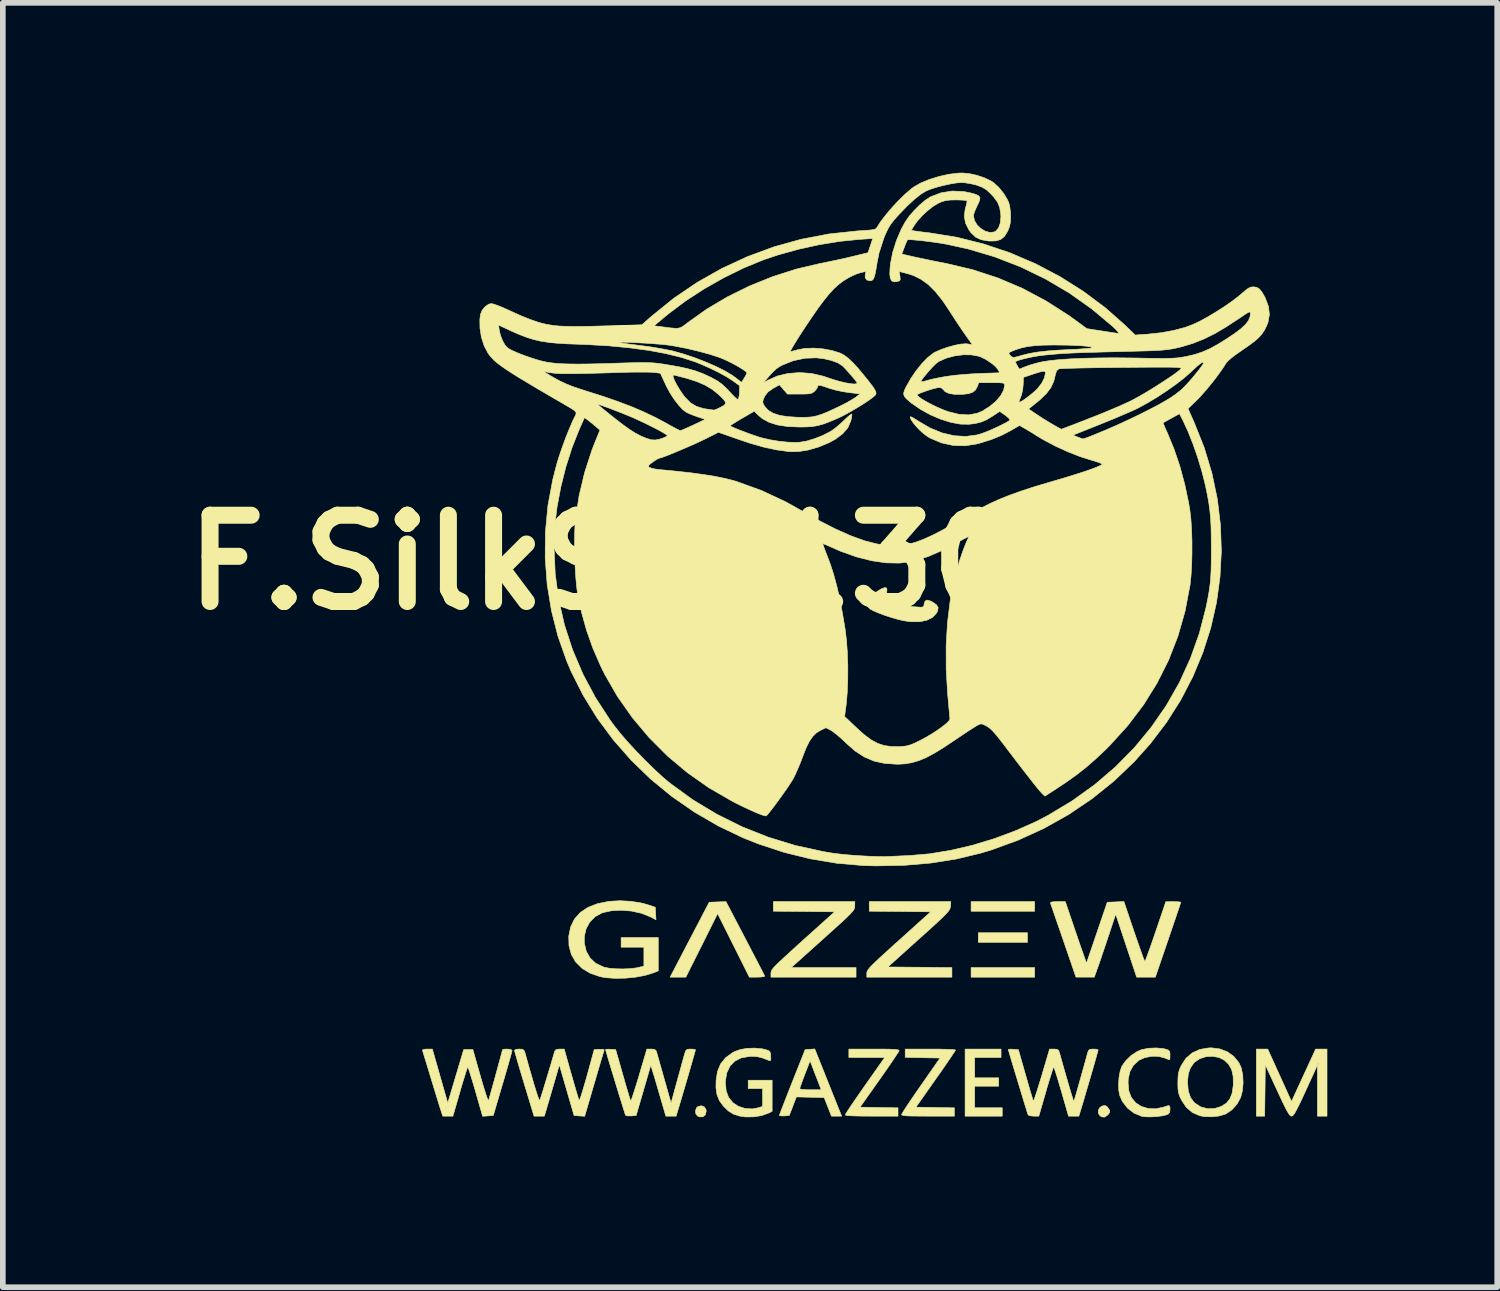
<source format=kicad_pcb>
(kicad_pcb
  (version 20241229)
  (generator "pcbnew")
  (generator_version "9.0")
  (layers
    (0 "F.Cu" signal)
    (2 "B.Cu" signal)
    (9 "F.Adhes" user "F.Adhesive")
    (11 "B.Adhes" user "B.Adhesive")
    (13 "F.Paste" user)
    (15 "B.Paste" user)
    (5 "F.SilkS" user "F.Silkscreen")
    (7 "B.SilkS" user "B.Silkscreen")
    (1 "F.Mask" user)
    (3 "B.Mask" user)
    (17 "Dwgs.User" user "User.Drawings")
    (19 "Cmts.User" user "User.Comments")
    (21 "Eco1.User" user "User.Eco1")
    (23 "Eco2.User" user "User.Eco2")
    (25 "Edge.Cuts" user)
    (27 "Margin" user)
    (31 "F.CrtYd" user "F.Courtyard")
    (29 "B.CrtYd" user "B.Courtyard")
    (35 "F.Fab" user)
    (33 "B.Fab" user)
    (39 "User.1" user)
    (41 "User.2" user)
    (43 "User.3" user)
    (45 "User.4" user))
  (footprint "F.SilkS_g13032"
    (layer "F.Cu")
    (at 9.042 6.884)
    (property "Reference" "F.SilkS_g13032" (at 0 0 0) (layer "F.SilkS") (effects (font (size 1.524 1.524) (thickness 0.3))))
    (attr through_hole)
    (fp_poly (pts (xy 6.054 6.71) (xy 5.186 6.71) (xy 5.186 6.54) (xy 6.054 6.54) (xy 6.054 6.71)) (stroke (width 0.01) (type solid)) (fill yes) (layer "F.SilkS"))
    (fp_poly (pts (xy 6.181 6.16) (xy 5.059 6.16) (xy 5.059 5.99) (xy 6.181 5.99) (xy 6.181 6.16)) (stroke (width 0.01) (type solid)) (fill yes) (layer "F.SilkS"))
    (fp_poly (pts (xy 6.181 7.324) (xy 5.059 7.324) (xy 5.059 7.154) (xy 6.181 7.154) (xy 6.181 7.324)) (stroke (width 0.01) (type solid)) (fill yes) (layer "F.SilkS"))
    (fp_poly (pts (xy 0.348 9.616) (xy 0.378 9.665) (xy 0.381 9.693) (xy 0.365 9.756) (xy 0.322 9.79) (xy 0.263 9.792) (xy 0.228 9.777) (xy 0.197 9.738) (xy 0.191 9.684) (xy 0.209 9.632) (xy 0.236 9.608) (xy 0.297 9.595) (xy 0.348 9.616)) (stroke (width 0.01) (type solid)) (fill yes) (layer "F.SilkS"))
    (fp_poly (pts (xy 5.588 8.742) (xy 5.122 8.742) (xy 5.122 9.102) (xy 5.546 9.102) (xy 5.546 9.25) (xy 5.122 9.25) (xy 5.122 9.631) (xy 5.609 9.631) (xy 5.609 9.779) (xy 4.953 9.779) (xy 4.953 8.594) (xy 5.588 8.594) (xy 5.588 8.742)) (stroke (width 0.01) (type solid)) (fill yes) (layer "F.SilkS"))
    (fp_poly (pts (xy 7.456 9.607) (xy 7.474 9.628) (xy 7.507 9.676) (xy 7.508 9.712) (xy 7.478 9.751) (xy 7.472 9.758) (xy 7.42 9.795) (xy 7.371 9.793) (xy 7.336 9.773) (xy 7.306 9.728) (xy 7.306 9.674) (xy 7.334 9.625) (xy 7.374 9.6) (xy 7.422 9.59) (xy 7.456 9.607)) (stroke (width 0.01) (type solid)) (fill yes) (layer "F.SilkS"))
    (fp_poly (pts (xy 1.069 6.639) (xy 1.149 6.792) (xy 1.222 6.933) (xy 1.287 7.057) (xy 1.341 7.161) (xy 1.382 7.241) (xy 1.407 7.29) (xy 1.415 7.306) (xy 1.399 7.315) (xy 1.352 7.321) (xy 1.282 7.324) (xy 1.143 7.324) (xy 0.582 6.202) (xy 0.302 6.763) (xy 0.021 7.324) (xy -0.257 7.324) (xy -0.039 6.906) (xy 0.034 6.765) (xy 0.111 6.619) (xy 0.184 6.478) (xy 0.25 6.353) (xy 0.302 6.254) (xy 0.306 6.244) (xy 0.434 6.001) (xy 0.582 5.995) (xy 0.73 5.99) (xy 1.069 6.639)) (stroke (width 0.01) (type solid)) (fill yes) (layer "F.SilkS"))
    (fp_poly (pts (xy 3.004 6.07) (xy 3.003 6.091) (xy 2.997 6.113) (xy 2.984 6.138) (xy 2.96 6.169) (xy 2.924 6.209) (xy 2.87 6.262) (xy 2.798 6.331) (xy 2.702 6.418) (xy 2.581 6.527) (xy 2.443 6.652) (xy 1.883 7.154) (xy 3.027 7.154) (xy 3.027 7.324) (xy 1.524 7.324) (xy 1.524 7.253) (xy 1.526 7.233) (xy 1.533 7.211) (xy 1.549 7.184) (xy 1.577 7.15) (xy 1.62 7.105) (xy 1.68 7.047) (xy 1.762 6.971) (xy 1.867 6.875) (xy 1.999 6.755) (xy 2.086 6.676) (xy 2.649 6.17) (xy 2.108 6.164) (xy 1.566 6.159) (xy 1.566 5.99) (xy 3.006 5.99) (xy 3.004 6.07)) (stroke (width 0.01) (type solid)) (fill yes) (layer "F.SilkS"))
    (fp_poly (pts (xy 4.695 6.072) (xy 4.692 6.095) (xy 4.684 6.118) (xy 4.669 6.145) (xy 4.643 6.178) (xy 4.604 6.22) (xy 4.548 6.276) (xy 4.471 6.348) (xy 4.372 6.439) (xy 4.246 6.553) (xy 4.139 6.649) (xy 3.589 7.144) (xy 4.155 7.149) (xy 4.72 7.155) (xy 4.72 7.324) (xy 3.217 7.324) (xy 3.217 7.255) (xy 3.219 7.235) (xy 3.227 7.213) (xy 3.245 7.186) (xy 3.274 7.15) (xy 3.318 7.104) (xy 3.381 7.043) (xy 3.464 6.965) (xy 3.572 6.867) (xy 3.707 6.744) (xy 3.781 6.678) (xy 4.345 6.17) (xy 3.802 6.164) (xy 3.26 6.159) (xy 3.26 5.99) (xy 4.701 5.99) (xy 4.695 6.072)) (stroke (width 0.01) (type solid)) (fill yes) (layer "F.SilkS"))
    (fp_poly (pts (xy 3.5 8.594) (xy 3.617 8.596) (xy 3.7 8.6) (xy 3.754 8.605) (xy 3.781 8.612) (xy 3.788 8.62) (xy 3.776 8.644) (xy 3.742 8.697) (xy 3.69 8.775) (xy 3.623 8.874) (xy 3.543 8.989) (xy 3.455 9.115) (xy 3.442 9.133) (xy 3.098 9.62) (xy 3.768 9.632) (xy 3.768 9.779) (xy 3.302 9.779) (xy 3.129 9.778) (xy 2.996 9.775) (xy 2.904 9.771) (xy 2.851 9.764) (xy 2.836 9.756) (xy 2.848 9.734) (xy 2.881 9.681) (xy 2.933 9.603) (xy 3 9.505) (xy 3.079 9.39) (xy 3.167 9.264) (xy 3.185 9.238) (xy 3.534 8.742) (xy 2.9 8.742) (xy 2.9 8.594) (xy 3.344 8.594) (xy 3.5 8.594)) (stroke (width 0.01) (type solid)) (fill yes) (layer "F.SilkS"))
    (fp_poly (pts (xy 4.471 8.594) (xy 4.588 8.597) (xy 4.682 8.6) (xy 4.749 8.604) (xy 4.781 8.609) (xy 4.784 8.611) (xy 4.772 8.632) (xy 4.739 8.683) (xy 4.687 8.759) (xy 4.621 8.857) (xy 4.542 8.971) (xy 4.453 9.097) (xy 4.434 9.124) (xy 4.085 9.62) (xy 4.424 9.626) (xy 4.763 9.632) (xy 4.763 9.779) (xy 4.297 9.779) (xy 4.138 9.778) (xy 4.018 9.777) (xy 3.931 9.774) (xy 3.874 9.769) (xy 3.842 9.762) (xy 3.831 9.753) (xy 3.831 9.752) (xy 3.843 9.728) (xy 3.876 9.674) (xy 3.927 9.596) (xy 3.994 9.496) (xy 4.072 9.381) (xy 4.16 9.255) (xy 4.171 9.239) (xy 4.511 8.752) (xy 4.203 8.747) (xy 3.895 8.741) (xy 3.895 8.594) (xy 4.339 8.594) (xy 4.471 8.594)) (stroke (width 0.01) (type solid)) (fill yes) (layer "F.SilkS"))
    (fp_poly (pts (xy 11.345 9.779) (xy 11.176 9.779) (xy 11.176 9.329) (xy 11.175 8.879) (xy 10.969 9.329) (xy 10.902 9.475) (xy 10.848 9.587) (xy 10.807 9.668) (xy 10.776 9.724) (xy 10.752 9.758) (xy 10.733 9.775) (xy 10.719 9.778) (xy 10.702 9.773) (xy 10.682 9.755) (xy 10.658 9.719) (xy 10.625 9.661) (xy 10.583 9.577) (xy 10.528 9.462) (xy 10.465 9.326) (xy 10.255 8.873) (xy 10.25 9.326) (xy 10.244 9.779) (xy 10.097 9.779) (xy 10.097 8.594) (xy 10.197 8.594) (xy 10.298 8.594) (xy 10.508 9.057) (xy 10.718 9.52) (xy 10.826 9.284) (xy 10.883 9.162) (xy 10.946 9.024) (xy 11.008 8.891) (xy 11.023 8.858) (xy 11.176 8.858) (xy 11.187 8.869) (xy 11.197 8.858) (xy 11.187 8.848) (xy 11.176 8.858) (xy 11.023 8.858) (xy 11.04 8.821) (xy 11.144 8.594) (xy 11.245 8.594) (xy 11.345 8.594) (xy 11.345 9.779)) (stroke (width 0.01) (type solid)) (fill yes) (layer "F.SilkS"))
    (fp_poly (pts (xy 3.566 0.451) (xy 3.573 0.475) (xy 3.569 0.529) (xy 3.567 0.549) (xy 3.56 0.613) (xy 3.566 0.65) (xy 3.587 0.675) (xy 3.602 0.685) (xy 3.649 0.704) (xy 3.727 0.726) (xy 3.825 0.747) (xy 3.933 0.766) (xy 4.039 0.781) (xy 4.117 0.787) (xy 4.18 0.79) (xy 4.212 0.783) (xy 4.225 0.762) (xy 4.23 0.734) (xy 4.246 0.683) (xy 4.28 0.664) (xy 4.338 0.679) (xy 4.38 0.7) (xy 4.448 0.748) (xy 4.477 0.797) (xy 4.469 0.854) (xy 4.446 0.898) (xy 4.376 0.971) (xy 4.275 1.021) (xy 4.147 1.047) (xy 3.995 1.047) (xy 3.863 1.028) (xy 3.762 1.004) (xy 3.648 0.971) (xy 3.531 0.933) (xy 3.423 0.892) (xy 3.334 0.854) (xy 3.276 0.822) (xy 3.276 0.822) (xy 3.226 0.769) (xy 3.216 0.711) (xy 3.248 0.646) (xy 3.318 0.577) (xy 3.408 0.506) (xy 3.477 0.464) (xy 3.53 0.446) (xy 3.546 0.445) (xy 3.566 0.451)) (stroke (width 0.01) (type solid)) (fill yes) (layer "F.SilkS"))
    (fp_poly (pts (xy 2.508 9.117) (xy 2.565 9.26) (xy 2.618 9.394) (xy 2.666 9.512) (xy 2.704 9.608) (xy 2.732 9.677) (xy 2.745 9.71) (xy 2.773 9.779) (xy 2.683 9.779) (xy 2.593 9.779) (xy 2.464 9.451) (xy 2.218 9.445) (xy 1.973 9.439) (xy 1.91 9.604) (xy 1.847 9.768) (xy 1.76 9.775) (xy 1.706 9.775) (xy 1.676 9.768) (xy 1.673 9.764) (xy 1.681 9.741) (xy 1.702 9.683) (xy 1.736 9.597) (xy 1.779 9.486) (xy 1.83 9.356) (xy 1.854 9.294) (xy 2.032 9.294) (xy 2.052 9.303) (xy 2.104 9.309) (xy 2.18 9.313) (xy 2.222 9.313) (xy 2.412 9.313) (xy 2.374 9.213) (xy 2.346 9.141) (xy 2.31 9.05) (xy 2.275 8.958) (xy 2.275 8.957) (xy 2.215 8.802) (xy 2.123 9.039) (xy 2.088 9.132) (xy 2.059 9.212) (xy 2.039 9.269) (xy 2.032 9.294) (xy 1.854 9.294) (xy 1.886 9.212) (xy 1.901 9.176) (xy 2.128 8.604) (xy 2.213 8.598) (xy 2.298 8.592) (xy 2.508 9.117)) (stroke (width 0.01) (type solid)) (fill yes) (layer "F.SilkS"))
    (fp_poly (pts (xy -0.946 5.985) (xy -0.755 6.016) (xy -0.635 6.05) (xy -0.519 6.089) (xy -0.506 6.31) (xy -0.613 6.255) (xy -0.766 6.195) (xy -0.938 6.157) (xy -1.117 6.142) (xy -1.29 6.151) (xy -1.444 6.184) (xy -1.46 6.19) (xy -1.58 6.255) (xy -1.675 6.35) (xy -1.74 6.469) (xy -1.772 6.605) (xy -1.772 6.721) (xy -1.738 6.866) (xy -1.671 6.985) (xy -1.572 7.078) (xy -1.44 7.142) (xy -1.424 7.147) (xy -1.336 7.166) (xy -1.22 7.176) (xy -1.092 7.179) (xy -0.967 7.174) (xy -0.858 7.161) (xy -0.829 7.155) (xy -0.72 7.129) (xy -0.72 6.795) (xy -1.122 6.795) (xy -1.122 6.625) (xy -0.466 6.625) (xy -0.466 7.213) (xy -0.553 7.248) (xy -0.696 7.292) (xy -0.866 7.324) (xy -1.049 7.342) (xy -1.23 7.345) (xy -1.397 7.333) (xy -1.493 7.315) (xy -1.668 7.255) (xy -1.812 7.168) (xy -1.924 7.057) (xy -2.001 6.923) (xy -2.043 6.769) (xy -2.047 6.6) (xy -2.014 6.438) (xy -1.947 6.299) (xy -1.844 6.183) (xy -1.709 6.092) (xy -1.54 6.026) (xy -1.338 5.985) (xy -1.335 5.985) (xy -1.145 5.974) (xy -0.946 5.985)) (stroke (width 0.01) (type solid)) (fill yes) (layer "F.SilkS"))
    (fp_poly (pts (xy 1.365 8.589) (xy 1.408 8.598) (xy 1.47 8.616) (xy 1.502 8.635) (xy 1.515 8.667) (xy 1.52 8.718) (xy 1.522 8.775) (xy 1.515 8.798) (xy 1.496 8.798) (xy 1.488 8.795) (xy 1.38 8.753) (xy 1.291 8.73) (xy 1.203 8.723) (xy 1.139 8.725) (xy 0.999 8.75) (xy 0.885 8.808) (xy 0.8 8.897) (xy 0.744 9.014) (xy 0.72 9.157) (xy 0.72 9.191) (xy 0.733 9.332) (xy 0.775 9.446) (xy 0.849 9.538) (xy 0.85 9.54) (xy 0.948 9.605) (xy 1.067 9.643) (xy 1.194 9.651) (xy 1.309 9.629) (xy 1.376 9.606) (xy 1.376 9.292) (xy 1.122 9.292) (xy 1.122 9.144) (xy 1.545 9.144) (xy 1.545 9.693) (xy 1.487 9.723) (xy 1.366 9.767) (xy 1.224 9.791) (xy 1.078 9.793) (xy 0.968 9.777) (xy 0.86 9.742) (xy 0.772 9.687) (xy 0.685 9.603) (xy 0.683 9.6) (xy 0.613 9.504) (xy 0.571 9.399) (xy 0.553 9.275) (xy 0.555 9.149) (xy 0.58 8.989) (xy 0.635 8.856) (xy 0.724 8.746) (xy 0.849 8.656) (xy 0.889 8.635) (xy 0.987 8.601) (xy 1.109 8.581) (xy 1.24 8.577) (xy 1.365 8.589)) (stroke (width 0.01) (type solid)) (fill yes) (layer "F.SilkS"))
    (fp_poly (pts (xy 7.937 6.519) (xy 7.986 6.66) (xy 8.03 6.787) (xy 8.068 6.894) (xy 8.098 6.977) (xy 8.119 7.03) (xy 8.128 7.048) (xy 8.137 7.029) (xy 8.158 6.975) (xy 8.189 6.891) (xy 8.228 6.783) (xy 8.272 6.656) (xy 8.319 6.52) (xy 8.498 5.991) (xy 8.631 5.99) (xy 8.699 5.992) (xy 8.747 5.996) (xy 8.763 6) (xy 8.756 6.022) (xy 8.738 6.079) (xy 8.708 6.167) (xy 8.67 6.28) (xy 8.624 6.414) (xy 8.573 6.564) (xy 8.538 6.667) (xy 8.313 7.324) (xy 7.983 7.324) (xy 7.798 6.768) (xy 7.613 6.213) (xy 7.479 6.615) (xy 7.434 6.75) (xy 7.389 6.883) (xy 7.348 7.004) (xy 7.314 7.103) (xy 7.29 7.17) (xy 7.235 7.324) (xy 6.911 7.323) (xy 6.691 6.683) (xy 6.637 6.526) (xy 6.587 6.382) (xy 6.543 6.254) (xy 6.507 6.149) (xy 6.48 6.071) (xy 6.464 6.026) (xy 6.461 6.017) (xy 6.468 6.001) (xy 6.506 5.993) (xy 6.58 5.99) (xy 6.587 5.99) (xy 6.723 5.99) (xy 6.847 6.355) (xy 6.892 6.488) (xy 6.938 6.622) (xy 6.98 6.745) (xy 7.016 6.847) (xy 7.034 6.898) (xy 7.097 7.076) (xy 7.464 6.001) (xy 7.758 5.989) (xy 7.937 6.519)) (stroke (width 0.01) (type solid)) (fill yes) (layer "F.SilkS"))
    (fp_poly (pts (xy 8.455 8.586) (xy 8.493 8.595) (xy 8.545 8.613) (xy 8.567 8.638) (xy 8.572 8.686) (xy 8.572 8.7) (xy 8.571 8.753) (xy 8.566 8.782) (xy 8.565 8.784) (xy 8.542 8.777) (xy 8.495 8.758) (xy 8.475 8.75) (xy 8.367 8.723) (xy 8.245 8.722) (xy 8.125 8.746) (xy 8.025 8.791) (xy 8.019 8.795) (xy 7.924 8.884) (xy 7.863 8.994) (xy 7.834 9.128) (xy 7.832 9.191) (xy 7.845 9.332) (xy 7.887 9.446) (xy 7.961 9.538) (xy 7.962 9.54) (xy 8.062 9.606) (xy 8.183 9.643) (xy 8.315 9.649) (xy 8.446 9.623) (xy 8.456 9.62) (xy 8.521 9.598) (xy 8.556 9.593) (xy 8.57 9.611) (xy 8.572 9.652) (xy 8.572 9.661) (xy 8.566 9.713) (xy 8.54 9.742) (xy 8.504 9.757) (xy 8.432 9.774) (xy 8.337 9.786) (xy 8.234 9.792) (xy 8.139 9.79) (xy 8.072 9.781) (xy 7.936 9.725) (xy 7.82 9.635) (xy 7.73 9.518) (xy 7.683 9.411) (xy 7.667 9.322) (xy 7.664 9.21) (xy 7.672 9.092) (xy 7.692 8.983) (xy 7.72 8.9) (xy 7.721 8.898) (xy 7.79 8.8) (xy 7.884 8.709) (xy 7.991 8.638) (xy 8.071 8.604) (xy 8.195 8.58) (xy 8.33 8.574) (xy 8.455 8.586)) (stroke (width 0.01) (type solid)) (fill yes) (layer "F.SilkS"))
    (fp_poly (pts (xy 9.451 8.591) (xy 9.586 8.643) (xy 9.7 8.725) (xy 9.787 8.832) (xy 9.829 8.922) (xy 9.856 9.047) (xy 9.863 9.189) (xy 9.851 9.331) (xy 9.821 9.446) (xy 9.759 9.562) (xy 9.67 9.662) (xy 9.565 9.736) (xy 9.539 9.747) (xy 9.434 9.777) (xy 9.308 9.79) (xy 9.183 9.787) (xy 9.096 9.771) (xy 8.966 9.714) (xy 8.859 9.622) (xy 8.774 9.494) (xy 8.774 9.492) (xy 8.741 9.423) (xy 8.722 9.363) (xy 8.713 9.297) (xy 8.711 9.208) (xy 8.711 9.186) (xy 8.882 9.186) (xy 8.895 9.335) (xy 8.935 9.453) (xy 9.005 9.543) (xy 9.105 9.61) (xy 9.123 9.618) (xy 9.24 9.648) (xy 9.365 9.643) (xy 9.477 9.607) (xy 9.568 9.549) (xy 9.631 9.471) (xy 9.671 9.368) (xy 9.689 9.234) (xy 9.69 9.22) (xy 9.687 9.073) (xy 9.66 8.955) (xy 9.607 8.862) (xy 9.536 8.793) (xy 9.438 8.743) (xy 9.325 8.722) (xy 9.207 8.729) (xy 9.098 8.764) (xy 9.008 8.824) (xy 8.993 8.84) (xy 8.931 8.929) (xy 8.896 9.03) (xy 8.882 9.155) (xy 8.882 9.186) (xy 8.711 9.186) (xy 8.711 9.185) (xy 8.714 9.086) (xy 8.723 9.012) (xy 8.742 8.949) (xy 8.771 8.884) (xy 8.855 8.756) (xy 8.965 8.661) (xy 9.1 8.6) (xy 9.258 8.574) (xy 9.303 8.572) (xy 9.451 8.591)) (stroke (width 0.01) (type solid)) (fill yes) (layer "F.SilkS"))
    (fp_poly (pts (xy -3.073 8.6) (xy -3.049 8.617) (xy -3.048 8.62) (xy -3.054 8.647) (xy -3.071 8.708) (xy -3.096 8.799) (xy -3.129 8.915) (xy -3.168 9.049) (xy -3.211 9.196) (xy -3.215 9.207) (xy -3.38 9.768) (xy -3.568 9.781) (xy -3.693 9.346) (xy -3.73 9.218) (xy -3.765 9.105) (xy -3.793 9.012) (xy -3.815 8.947) (xy -3.828 8.914) (xy -3.83 8.911) (xy -3.839 8.931) (xy -3.858 8.985) (xy -3.884 9.068) (xy -3.917 9.174) (xy -3.954 9.297) (xy -3.967 9.345) (xy -4.093 9.779) (xy -4.272 9.779) (xy -4.315 9.647) (xy -4.335 9.586) (xy -4.363 9.493) (xy -4.399 9.376) (xy -4.439 9.245) (xy -4.481 9.107) (xy -4.489 9.081) (xy -4.528 8.951) (xy -4.564 8.834) (xy -4.594 8.737) (xy -4.616 8.665) (xy -4.628 8.625) (xy -4.63 8.62) (xy -4.622 8.602) (xy -4.578 8.595) (xy -4.548 8.594) (xy -4.456 8.594) (xy -4.32 9.071) (xy -4.184 9.547) (xy -3.903 8.604) (xy -3.74 8.604) (xy -3.608 9.07) (xy -3.57 9.201) (xy -3.535 9.314) (xy -3.506 9.406) (xy -3.483 9.471) (xy -3.468 9.502) (xy -3.464 9.504) (xy -3.455 9.474) (xy -3.437 9.412) (xy -3.413 9.325) (xy -3.384 9.221) (xy -3.352 9.106) (xy -3.32 8.988) (xy -3.289 8.874) (xy -3.261 8.772) (xy -3.238 8.688) (xy -3.223 8.63) (xy -3.217 8.605) (xy -3.217 8.604) (xy -3.199 8.598) (xy -3.152 8.594) (xy -3.133 8.594) (xy -3.073 8.6)) (stroke (width 0.01) (type solid)) (fill yes) (layer "F.SilkS"))
    (fp_poly (pts (xy -2.867 8.597) (xy -2.838 8.615) (xy -2.821 8.657) (xy -2.819 8.662) (xy -2.755 8.891) (xy -2.7 9.081) (xy -2.656 9.233) (xy -2.62 9.349) (xy -2.593 9.431) (xy -2.574 9.481) (xy -2.562 9.5) (xy -2.559 9.499) (xy -2.549 9.471) (xy -2.528 9.406) (xy -2.497 9.308) (xy -2.459 9.182) (xy -2.413 9.031) (xy -2.362 8.86) (xy -2.307 8.673) (xy -2.294 8.631) (xy -2.271 8.604) (xy -2.217 8.594) (xy -2.205 8.594) (xy -2.127 8.594) (xy -2.002 9.038) (xy -1.964 9.169) (xy -1.93 9.287) (xy -1.901 9.385) (xy -1.879 9.457) (xy -1.866 9.497) (xy -1.864 9.502) (xy -1.855 9.489) (xy -1.836 9.44) (xy -1.811 9.361) (xy -1.78 9.258) (xy -1.744 9.135) (xy -1.724 9.064) (xy -1.598 8.604) (xy -1.505 8.598) (xy -1.447 8.597) (xy -1.423 8.606) (xy -1.423 8.619) (xy -1.432 8.646) (xy -1.45 8.708) (xy -1.478 8.799) (xy -1.512 8.915) (xy -1.552 9.05) (xy -1.595 9.198) (xy -1.6 9.214) (xy -1.766 9.781) (xy -1.86 9.775) (xy -1.953 9.768) (xy -2.083 9.321) (xy -2.213 8.873) (xy -2.306 9.194) (xy -2.342 9.316) (xy -2.377 9.436) (xy -2.408 9.543) (xy -2.432 9.624) (xy -2.439 9.647) (xy -2.478 9.779) (xy -2.66 9.779) (xy -2.833 9.209) (xy -2.878 9.061) (xy -2.918 8.925) (xy -2.953 8.807) (xy -2.98 8.713) (xy -2.998 8.648) (xy -3.006 8.618) (xy -3.006 8.617) (xy -2.987 8.602) (xy -2.94 8.594) (xy -2.922 8.594) (xy -2.867 8.597)) (stroke (width 0.01) (type solid)) (fill yes) (layer "F.SilkS"))
    (fp_poly (pts (xy 0.159 8.597) (xy 0.189 8.604) (xy 0.191 8.607) (xy 0.185 8.631) (xy 0.169 8.688) (xy 0.145 8.774) (xy 0.114 8.881) (xy 0.079 9.003) (xy 0.041 9.133) (xy 0.002 9.266) (xy -0.036 9.395) (xy -0.071 9.513) (xy -0.098 9.604) (xy -0.151 9.779) (xy -0.332 9.779) (xy -0.423 9.467) (xy -0.459 9.345) (xy -0.494 9.224) (xy -0.525 9.118) (xy -0.55 9.036) (xy -0.556 9.017) (xy -0.598 8.879) (xy -0.727 9.324) (xy -0.857 9.768) (xy -0.945 9.775) (xy -1.002 9.775) (xy -1.038 9.768) (xy -1.043 9.764) (xy -1.052 9.741) (xy -1.07 9.683) (xy -1.097 9.597) (xy -1.13 9.49) (xy -1.168 9.368) (xy -1.208 9.237) (xy -1.248 9.104) (xy -1.288 8.974) (xy -1.324 8.854) (xy -1.355 8.751) (xy -1.378 8.671) (xy -1.393 8.619) (xy -1.397 8.603) (xy -1.378 8.597) (xy -1.331 8.596) (xy -1.308 8.598) (xy -1.218 8.604) (xy -1.09 9.053) (xy -1.053 9.183) (xy -1.019 9.3) (xy -0.99 9.397) (xy -0.968 9.468) (xy -0.955 9.506) (xy -0.952 9.511) (xy -0.944 9.495) (xy -0.925 9.443) (xy -0.898 9.362) (xy -0.865 9.257) (xy -0.827 9.134) (xy -0.804 9.058) (xy -0.667 8.594) (xy -0.588 8.594) (xy -0.536 8.598) (xy -0.508 8.617) (xy -0.49 8.664) (xy -0.488 8.673) (xy -0.475 8.718) (xy -0.453 8.796) (xy -0.424 8.899) (xy -0.39 9.019) (xy -0.354 9.147) (xy -0.353 9.15) (xy -0.24 9.548) (xy -0.131 9.15) (xy -0.095 9.021) (xy -0.062 8.901) (xy -0.034 8.798) (xy -0.012 8.719) (xy 0.001 8.673) (xy 0.001 8.673) (xy 0.019 8.622) (xy 0.044 8.599) (xy 0.093 8.594) (xy 0.107 8.594) (xy 0.159 8.597)) (stroke (width 0.01) (type solid)) (fill yes) (layer "F.SilkS"))
    (fp_poly (pts (xy 7.271 8.597) (xy 7.3 8.607) (xy 7.303 8.61) (xy 7.297 8.635) (xy 7.28 8.695) (xy 7.255 8.784) (xy 7.223 8.897) (xy 7.185 9.029) (xy 7.142 9.174) (xy 7.097 9.327) (xy 7.052 9.481) (xy 7.015 9.604) (xy 6.962 9.779) (xy 6.78 9.779) (xy 6.655 9.345) (xy 6.617 9.217) (xy 6.583 9.104) (xy 6.555 9.012) (xy 6.533 8.947) (xy 6.52 8.914) (xy 6.518 8.911) (xy 6.509 8.931) (xy 6.49 8.985) (xy 6.464 9.068) (xy 6.431 9.174) (xy 6.394 9.297) (xy 6.381 9.345) (xy 6.255 9.779) (xy 6.164 9.779) (xy 6.102 9.773) (xy 6.067 9.758) (xy 6.064 9.753) (xy 6.054 9.723) (xy 6.035 9.661) (xy 6.007 9.572) (xy 5.974 9.463) (xy 5.937 9.34) (xy 5.897 9.209) (xy 5.857 9.076) (xy 5.818 8.949) (xy 5.783 8.832) (xy 5.753 8.733) (xy 5.731 8.657) (xy 5.718 8.612) (xy 5.715 8.601) (xy 5.734 8.596) (xy 5.781 8.596) (xy 5.804 8.598) (xy 5.894 8.604) (xy 6.022 9.053) (xy 6.059 9.183) (xy 6.093 9.3) (xy 6.122 9.397) (xy 6.144 9.468) (xy 6.157 9.506) (xy 6.16 9.511) (xy 6.168 9.495) (xy 6.187 9.443) (xy 6.214 9.362) (xy 6.247 9.257) (xy 6.285 9.134) (xy 6.308 9.058) (xy 6.445 8.594) (xy 6.524 8.594) (xy 6.577 8.598) (xy 6.605 8.618) (xy 6.621 8.662) (xy 6.68 8.873) (xy 6.733 9.058) (xy 6.779 9.216) (xy 6.816 9.343) (xy 6.845 9.437) (xy 6.864 9.496) (xy 6.873 9.516) (xy 6.874 9.516) (xy 6.881 9.494) (xy 6.899 9.438) (xy 6.924 9.351) (xy 6.955 9.242) (xy 6.991 9.114) (xy 7.03 8.975) (xy 7.071 8.829) (xy 7.111 8.683) (xy 7.113 8.673) (xy 7.131 8.622) (xy 7.156 8.599) (xy 7.204 8.594) (xy 7.219 8.594) (xy 7.271 8.597)) (stroke (width 0.01) (type solid)) (fill yes) (layer "F.SilkS"))
    (fp_poly (pts (xy 5.025 -6.868) (xy 5.161 -6.838) (xy 5.295 -6.793) (xy 5.409 -6.739) (xy 5.455 -6.709) (xy 5.548 -6.624) (xy 5.635 -6.517) (xy 5.703 -6.404) (xy 5.726 -6.35) (xy 5.742 -6.281) (xy 5.754 -6.191) (xy 5.757 -6.108) (xy 5.753 -6.01) (xy 5.738 -5.933) (xy 5.708 -5.857) (xy 5.701 -5.844) (xy 5.648 -5.759) (xy 5.583 -5.705) (xy 5.498 -5.679) (xy 5.386 -5.677) (xy 5.361 -5.678) (xy 5.237 -5.7) (xy 5.139 -5.746) (xy 5.058 -5.823) (xy 5.023 -5.87) (xy 4.96 -5.994) (xy 4.938 -6.12) (xy 4.957 -6.252) (xy 4.962 -6.268) (xy 4.98 -6.33) (xy 4.987 -6.375) (xy 4.984 -6.389) (xy 4.958 -6.395) (xy 4.9 -6.4) (xy 4.822 -6.403) (xy 4.787 -6.403) (xy 4.687 -6.401) (xy 4.612 -6.392) (xy 4.547 -6.374) (xy 4.481 -6.345) (xy 4.39 -6.291) (xy 4.288 -6.211) (xy 4.189 -6.118) (xy 4.103 -6.021) (xy 4.048 -5.943) (xy 4.003 -5.865) (xy 4.07 -5.854) (xy 4.122 -5.847) (xy 4.202 -5.836) (xy 4.295 -5.825) (xy 4.329 -5.821) (xy 4.806 -5.744) (xy 5.279 -5.626) (xy 5.743 -5.47) (xy 6.194 -5.277) (xy 6.628 -5.049) (xy 7.042 -4.788) (xy 7.431 -4.497) (xy 7.762 -4.205) (xy 7.958 -4.017) (xy 8.175 -4.032) (xy 8.411 -4.057) (xy 8.637 -4.098) (xy 8.843 -4.153) (xy 8.981 -4.205) (xy 9.1 -4.261) (xy 9.238 -4.337) (xy 9.385 -4.425) (xy 9.532 -4.519) (xy 9.667 -4.613) (xy 9.78 -4.699) (xy 9.832 -4.743) (xy 9.905 -4.806) (xy 9.959 -4.845) (xy 10.003 -4.864) (xy 10.044 -4.868) (xy 10.102 -4.86) (xy 10.15 -4.832) (xy 10.195 -4.778) (xy 10.245 -4.69) (xy 10.256 -4.667) (xy 10.312 -4.518) (xy 10.327 -4.378) (xy 10.303 -4.241) (xy 10.278 -4.177) (xy 10.239 -4.101) (xy 10.196 -4.036) (xy 10.14 -3.973) (xy 10.067 -3.908) (xy 9.969 -3.835) (xy 9.841 -3.746) (xy 9.838 -3.744) (xy 9.73 -3.669) (xy 9.644 -3.602) (xy 9.584 -3.548) (xy 9.558 -3.516) (xy 9.515 -3.445) (xy 9.45 -3.352) (xy 9.371 -3.245) (xy 9.283 -3.134) (xy 9.193 -3.027) (xy 9.11 -2.933) (xy 9.046 -2.867) (xy 8.89 -2.717) (xy 8.998 -2.475) (xy 9.176 -2.029) (xy 9.312 -1.577) (xy 9.408 -1.12) (xy 9.463 -0.661) (xy 9.479 -0.201) (xy 9.455 0.256) (xy 9.393 0.709) (xy 9.292 1.155) (xy 9.152 1.592) (xy 8.975 2.017) (xy 8.761 2.43) (xy 8.509 2.827) (xy 8.221 3.205) (xy 7.938 3.521) (xy 7.58 3.863) (xy 7.193 4.174) (xy 6.781 4.452) (xy 6.346 4.696) (xy 5.889 4.905) (xy 5.414 5.078) (xy 5.239 5.131) (xy 4.805 5.236) (xy 4.346 5.309) (xy 3.868 5.35) (xy 3.374 5.359) (xy 3.143 5.352) (xy 2.684 5.312) (xy 2.219 5.234) (xy 1.756 5.12) (xy 1.304 4.971) (xy 1.037 4.865) (xy 0.593 4.653) (xy 0.17 4.407) (xy -0.228 4.131) (xy -0.601 3.825) (xy -0.946 3.491) (xy -1.26 3.133) (xy -1.543 2.752) (xy -1.791 2.349) (xy -2.004 1.928) (xy -2.085 1.736) (xy -2.239 1.299) (xy -2.353 0.849) (xy -2.428 0.39) (xy -2.463 -0.074) (xy -2.462 -0.256) (xy -2.306 -0.256) (xy -2.286 0.204) (xy -2.224 0.659) (xy -2.122 1.106) (xy -1.979 1.544) (xy -1.797 1.971) (xy -1.576 2.385) (xy -1.316 2.785) (xy -1.247 2.879) (xy -1.137 3.018) (xy -1.002 3.174) (xy -0.85 3.338) (xy -0.69 3.503) (xy -0.531 3.658) (xy -0.38 3.797) (xy -0.254 3.902) (xy 0.145 4.192) (xy 0.569 4.447) (xy 1.014 4.668) (xy 1.477 4.852) (xy 1.958 4.999) (xy 2.452 5.107) (xy 2.614 5.134) (xy 2.743 5.15) (xy 2.896 5.165) (xy 3.062 5.178) (xy 3.228 5.187) (xy 3.384 5.193) (xy 3.517 5.195) (xy 3.588 5.193) (xy 3.661 5.19) (xy 3.763 5.185) (xy 3.878 5.18) (xy 3.971 5.176) (xy 4.329 5.145) (xy 4.705 5.083) (xy 5.089 4.993) (xy 5.474 4.876) (xy 5.851 4.735) (xy 6.212 4.574) (xy 6.424 4.463) (xy 6.849 4.207) (xy 7.245 3.922) (xy 7.609 3.61) (xy 7.942 3.272) (xy 8.241 2.91) (xy 8.507 2.526) (xy 8.738 2.12) (xy 8.933 1.693) (xy 9.091 1.249) (xy 9.21 0.787) (xy 9.244 0.614) (xy 9.262 0.513) (xy 9.275 0.424) (xy 9.285 0.338) (xy 9.292 0.248) (xy 9.297 0.146) (xy 9.3 0.022) (xy 9.301 -0.132) (xy 9.301 -0.233) (xy 9.3 -0.445) (xy 9.297 -0.624) (xy 9.289 -0.78) (xy 9.275 -0.922) (xy 9.256 -1.061) (xy 9.23 -1.205) (xy 9.196 -1.365) (xy 9.184 -1.418) (xy 9.126 -1.64) (xy 9.055 -1.872) (xy 8.975 -2.1) (xy 8.891 -2.312) (xy 8.807 -2.494) (xy 8.807 -2.495) (xy 8.74 -2.627) (xy 8.598 -2.549) (xy 8.53 -2.511) (xy 8.478 -2.482) (xy 8.452 -2.467) (xy 8.451 -2.466) (xy 8.457 -2.447) (xy 8.477 -2.397) (xy 8.508 -2.327) (xy 8.529 -2.28) (xy 8.643 -2.004) (xy 8.746 -1.7) (xy 8.833 -1.377) (xy 8.902 -1.05) (xy 8.923 -0.921) (xy 8.941 -0.767) (xy 8.953 -0.582) (xy 8.96 -0.379) (xy 8.96 -0.169) (xy 8.955 0.037) (xy 8.944 0.226) (xy 8.928 0.387) (xy 8.925 0.403) (xy 8.838 0.861) (xy 8.712 1.301) (xy 8.548 1.723) (xy 8.345 2.128) (xy 8.105 2.514) (xy 7.826 2.882) (xy 7.509 3.231) (xy 7.427 3.313) (xy 7.252 3.477) (xy 7.088 3.62) (xy 6.921 3.751) (xy 6.737 3.882) (xy 6.591 3.979) (xy 6.363 4.127) (xy 6.312 4.08) (xy 6.281 4.045) (xy 6.226 3.98) (xy 6.152 3.888) (xy 6.062 3.772) (xy 5.957 3.637) (xy 5.84 3.485) (xy 5.715 3.321) (xy 5.656 3.242) (xy 5.567 3.127) (xy 5.498 3.041) (xy 5.442 2.978) (xy 5.395 2.933) (xy 5.35 2.9) (xy 5.311 2.878) (xy 5.264 2.856) (xy 5.23 2.851) (xy 5.191 2.865) (xy 5.147 2.889) (xy 5.1 2.919) (xy 5.025 2.967) (xy 4.933 3.028) (xy 4.83 3.097) (xy 4.768 3.139) (xy 4.579 3.265) (xy 4.416 3.365) (xy 4.273 3.442) (xy 4.143 3.497) (xy 4.021 3.534) (xy 3.901 3.556) (xy 3.777 3.563) (xy 3.747 3.563) (xy 3.534 3.549) (xy 3.345 3.508) (xy 3.173 3.435) (xy 3.008 3.328) (xy 2.844 3.183) (xy 2.841 3.18) (xy 2.762 3.105) (xy 2.684 3.038) (xy 2.618 2.987) (xy 2.579 2.962) (xy 2.495 2.919) (xy 2.401 2.964) (xy 2.327 3.009) (xy 2.263 3.072) (xy 2.204 3.157) (xy 2.147 3.271) (xy 2.088 3.42) (xy 2.085 3.43) (xy 2.041 3.544) (xy 1.993 3.658) (xy 1.948 3.758) (xy 1.914 3.825) (xy 1.879 3.881) (xy 1.829 3.958) (xy 1.767 4.047) (xy 1.699 4.143) (xy 1.629 4.239) (xy 1.564 4.327) (xy 1.507 4.4) (xy 1.464 4.452) (xy 1.441 4.476) (xy 1.411 4.473) (xy 1.35 4.454) (xy 1.263 4.419) (xy 1.156 4.371) (xy 1.033 4.314) (xy 0.901 4.249) (xy 0.826 4.209) (xy 0.425 3.977) (xy 0.047 3.711) (xy -0.306 3.415) (xy -0.63 3.09) (xy -0.925 2.739) (xy -1.187 2.366) (xy -1.413 1.973) (xy -1.483 1.831) (xy -1.62 1.517) (xy -1.731 1.205) (xy -1.821 0.881) (xy -1.887 0.572) (xy -1.906 0.444) (xy -1.921 0.284) (xy -1.933 0.103) (xy -1.941 -0.09) (xy -1.945 -0.284) (xy -1.945 -0.331) (xy 2.441 -0.331) (xy 2.445 -0.31) (xy 2.463 -0.259) (xy 2.49 -0.187) (xy 2.506 -0.147) (xy 2.574 0.033) (xy 2.634 0.22) (xy 2.688 0.421) (xy 2.739 0.642) (xy 2.786 0.891) (xy 2.834 1.175) (xy 2.837 1.196) (xy 2.859 1.383) (xy 2.874 1.597) (xy 2.882 1.827) (xy 2.881 2.059) (xy 2.873 2.278) (xy 2.857 2.473) (xy 2.853 2.508) (xy 2.825 2.72) (xy 3.038 2.922) (xy 3.174 3.044) (xy 3.296 3.134) (xy 3.411 3.196) (xy 3.528 3.234) (xy 3.655 3.251) (xy 3.792 3.252) (xy 3.872 3.247) (xy 3.938 3.236) (xy 4.003 3.216) (xy 4.082 3.181) (xy 4.152 3.147) (xy 4.266 3.086) (xy 4.377 3.02) (xy 4.48 2.952) (xy 4.568 2.888) (xy 4.635 2.832) (xy 4.676 2.787) (xy 4.685 2.763) (xy 4.682 2.731) (xy 4.676 2.663) (xy 4.667 2.568) (xy 4.657 2.453) (xy 4.645 2.325) (xy 4.645 2.323) (xy 4.619 1.895) (xy 4.618 1.473) (xy 4.642 1.064) (xy 4.69 0.672) (xy 4.761 0.304) (xy 4.856 -0.035) (xy 4.872 -0.081) (xy 4.907 -0.182) (xy 4.941 -0.274) (xy 4.97 -0.346) (xy 4.988 -0.387) (xy 5.008 -0.43) (xy 5.013 -0.453) (xy 5.013 -0.454) (xy 4.993 -0.447) (xy 4.943 -0.422) (xy 4.872 -0.384) (xy 4.786 -0.337) (xy 4.785 -0.336) (xy 4.532 -0.205) (xy 4.301 -0.105) (xy 4.085 -0.035) (xy 4.011 -0.017) (xy 3.796 0.011) (xy 3.56 0.007) (xy 3.305 -0.03) (xy 3.036 -0.098) (xy 2.757 -0.197) (xy 2.562 -0.283) (xy 2.5 -0.31) (xy 2.456 -0.328) (xy 2.441 -0.331) (xy -1.945 -0.331) (xy -1.944 -0.468) (xy -1.938 -0.633) (xy -1.928 -0.763) (xy -1.864 -1.179) (xy -1.766 -1.591) (xy -1.728 -1.708) (xy -0.639 -1.708) (xy -0.636 -1.69) (xy -0.624 -1.68) (xy -0.585 -1.665) (xy -0.519 -1.65) (xy -0.448 -1.641) (xy -0.148 -1.612) (xy 0.114 -1.583) (xy 0.341 -1.552) (xy 0.539 -1.52) (xy 0.71 -1.485) (xy 0.858 -1.448) (xy 0.921 -1.429) (xy 1.362 -1.269) (xy 1.786 -1.071) (xy 2.032 -0.933) (xy 2.359 -0.747) (xy 2.659 -0.594) (xy 2.932 -0.472) (xy 3.179 -0.383) (xy 3.397 -0.327) (xy 3.55 -0.308) (xy 3.715 -0.304) (xy 3.879 -0.316) (xy 4.025 -0.342) (xy 4.085 -0.359) (xy 4.234 -0.416) (xy 4.397 -0.491) (xy 4.579 -0.586) (xy 4.786 -0.704) (xy 4.868 -0.753) (xy 5.054 -0.862) (xy 5.228 -0.958) (xy 5.397 -1.043) (xy 5.568 -1.12) (xy 5.749 -1.192) (xy 5.947 -1.263) (xy 6.169 -1.335) (xy 6.423 -1.411) (xy 6.518 -1.439) (xy 6.719 -1.498) (xy 6.9 -1.554) (xy 7.057 -1.604) (xy 7.186 -1.649) (xy 7.285 -1.687) (xy 7.35 -1.716) (xy 7.376 -1.735) (xy 7.361 -1.747) (xy 7.314 -1.766) (xy 7.241 -1.79) (xy 7.17 -1.811) (xy 6.976 -1.873) (xy 6.765 -1.956) (xy 6.552 -2.053) (xy 6.353 -2.158) (xy 6.261 -2.212) (xy 6.201 -2.249) (xy 6.858 -2.249) (xy 6.937 -2.217) (xy 6.993 -2.196) (xy 7.033 -2.183) (xy 7.039 -2.182) (xy 7.064 -2.19) (xy 7.122 -2.211) (xy 7.207 -2.244) (xy 7.311 -2.287) (xy 7.43 -2.336) (xy 7.455 -2.347) (xy 7.639 -2.427) (xy 7.83 -2.515) (xy 8.02 -2.606) (xy 8.201 -2.697) (xy 8.365 -2.783) (xy 8.503 -2.861) (xy 8.583 -2.91) (xy 8.666 -2.967) (xy 8.752 -3.034) (xy 8.798 -3.075) (xy 8.843 -3.12) (xy 8.9 -3.183) (xy 8.964 -3.256) (xy 9.027 -3.333) (xy 9.086 -3.406) (xy 9.132 -3.467) (xy 9.16 -3.509) (xy 9.165 -3.522) (xy 9.154 -3.536) (xy 9.12 -3.521) (xy 9.062 -3.476) (xy 8.979 -3.4) (xy 8.946 -3.368) (xy 8.829 -3.265) (xy 8.683 -3.151) (xy 8.518 -3.034) (xy 8.345 -2.92) (xy 8.174 -2.817) (xy 8.013 -2.73) (xy 7.959 -2.703) (xy 7.87 -2.663) (xy 7.751 -2.612) (xy 7.614 -2.553) (xy 7.467 -2.493) (xy 7.32 -2.433) (xy 7.297 -2.424) (xy 6.858 -2.249) (xy 6.201 -2.249) (xy 6.172 -2.268) (xy 6.088 -2.319) (xy 6.02 -2.36) (xy 5.989 -2.377) (xy 5.914 -2.42) (xy 5.762 -2.331) (xy 5.594 -2.243) (xy 5.414 -2.17) (xy 5.208 -2.106) (xy 5.162 -2.094) (xy 4.953 -2.061) (xy 4.742 -2.067) (xy 4.536 -2.112) (xy 4.344 -2.193) (xy 4.284 -2.228) (xy 4.221 -2.275) (xy 4.154 -2.335) (xy 4.091 -2.401) (xy 4.037 -2.466) (xy 3.999 -2.522) (xy 3.983 -2.562) (xy 3.986 -2.575) (xy 4.007 -2.569) (xy 4.053 -2.544) (xy 4.115 -2.505) (xy 4.121 -2.5) (xy 4.331 -2.377) (xy 4.544 -2.289) (xy 4.756 -2.239) (xy 4.963 -2.226) (xy 5.161 -2.252) (xy 5.241 -2.275) (xy 5.322 -2.305) (xy 5.415 -2.344) (xy 5.51 -2.387) (xy 5.6 -2.43) (xy 5.675 -2.469) (xy 5.726 -2.499) (xy 5.744 -2.515) (xy 5.735 -2.536) (xy 5.698 -2.571) (xy 5.66 -2.601) (xy 5.564 -2.668) (xy 5.437 -2.584) (xy 5.332 -2.52) (xy 5.234 -2.479) (xy 5.127 -2.453) (xy 5.023 -2.441) (xy 4.872 -2.443) (xy 4.702 -2.474) (xy 4.521 -2.531) (xy 4.338 -2.609) (xy 4.162 -2.706) (xy 4.001 -2.818) (xy 3.984 -2.832) (xy 3.914 -2.893) (xy 3.877 -2.94) (xy 3.872 -2.961) (xy 4.106 -2.961) (xy 4.125 -2.934) (xy 4.175 -2.896) (xy 4.25 -2.85) (xy 4.342 -2.8) (xy 4.444 -2.75) (xy 4.548 -2.704) (xy 4.648 -2.666) (xy 4.657 -2.663) (xy 4.843 -2.617) (xy 5.014 -2.607) (xy 5.167 -2.635) (xy 5.261 -2.675) (xy 5.318 -2.711) (xy 6.074 -2.711) (xy 6.23 -2.606) (xy 6.322 -2.546) (xy 6.422 -2.484) (xy 6.509 -2.433) (xy 6.518 -2.427) (xy 6.652 -2.353) (xy 6.792 -2.406) (xy 6.859 -2.431) (xy 6.956 -2.469) (xy 7.072 -2.514) (xy 7.197 -2.563) (xy 7.281 -2.596) (xy 7.417 -2.651) (xy 7.56 -2.711) (xy 7.698 -2.77) (xy 7.815 -2.823) (xy 7.863 -2.845) (xy 7.946 -2.888) (xy 8.048 -2.945) (xy 8.163 -3.012) (xy 8.284 -3.086) (xy 8.405 -3.163) (xy 8.518 -3.237) (xy 8.618 -3.304) (xy 8.697 -3.362) (xy 8.749 -3.404) (xy 8.762 -3.417) (xy 8.767 -3.425) (xy 8.765 -3.432) (xy 8.753 -3.438) (xy 8.727 -3.442) (xy 8.684 -3.445) (xy 8.621 -3.448) (xy 8.534 -3.449) (xy 8.421 -3.449) (xy 8.277 -3.449) (xy 8.099 -3.448) (xy 7.885 -3.446) (xy 7.725 -3.445) (xy 7.515 -3.442) (xy 7.316 -3.44) (xy 7.134 -3.437) (xy 6.973 -3.434) (xy 6.835 -3.43) (xy 6.727 -3.427) (xy 6.651 -3.423) (xy 6.613 -3.42) (xy 6.61 -3.419) (xy 6.571 -3.389) (xy 6.55 -3.326) (xy 6.519 -3.199) (xy 6.467 -3.087) (xy 6.388 -2.982) (xy 6.278 -2.876) (xy 6.23 -2.836) (xy 6.074 -2.711) (xy 5.318 -2.711) (xy 5.391 -2.758) (xy 5.479 -2.832) (xy 5.905 -2.832) (xy 5.92 -2.831) (xy 5.959 -2.852) (xy 6.015 -2.889) (xy 6.079 -2.937) (xy 6.143 -2.989) (xy 6.201 -3.039) (xy 6.236 -3.075) (xy 6.306 -3.166) (xy 6.353 -3.259) (xy 6.371 -3.339) (xy 6.371 -3.344) (xy 6.368 -3.366) (xy 6.353 -3.377) (xy 6.321 -3.375) (xy 6.265 -3.362) (xy 6.179 -3.335) (xy 6.12 -3.315) (xy 5.985 -3.27) (xy 5.979 -3.143) (xy 5.971 -3.057) (xy 5.953 -2.974) (xy 5.94 -2.934) (xy 5.918 -2.879) (xy 5.906 -2.839) (xy 5.905 -2.832) (xy 5.479 -2.832) (xy 5.501 -2.851) (xy 5.584 -2.95) (xy 5.635 -3.047) (xy 5.651 -3.127) (xy 5.649 -3.148) (xy 5.639 -3.162) (xy 5.613 -3.17) (xy 5.564 -3.174) (xy 5.483 -3.175) (xy 5.423 -3.175) (xy 5.194 -3.175) (xy 5.169 -3.106) (xy 5.137 -3.046) (xy 5.087 -3.006) (xy 5.011 -2.981) (xy 4.901 -2.968) (xy 4.898 -2.968) (xy 4.771 -2.968) (xy 4.669 -2.985) (xy 4.599 -3.018) (xy 4.571 -3.05) (xy 4.533 -3.083) (xy 4.497 -3.09) (xy 4.454 -3.084) (xy 4.389 -3.068) (xy 4.313 -3.045) (xy 4.235 -3.019) (xy 4.168 -2.994) (xy 4.122 -2.973) (xy 4.106 -2.961) (xy 3.872 -2.961) (xy 3.867 -2.987) (xy 3.883 -3.043) (xy 3.908 -3.095) (xy 3.964 -3.194) (xy 4.17 -3.194) (xy 4.188 -3.192) (xy 4.236 -3.201) (xy 4.292 -3.217) (xy 4.364 -3.236) (xy 4.463 -3.257) (xy 4.575 -3.278) (xy 4.657 -3.291) (xy 4.77 -3.306) (xy 4.91 -3.319) (xy 5.06 -3.33) (xy 5.204 -3.338) (xy 5.233 -3.339) (xy 5.566 -3.35) (xy 5.53 -3.412) (xy 5.482 -3.468) (xy 5.407 -3.529) (xy 5.386 -3.542) (xy 5.842 -3.542) (xy 5.852 -3.518) (xy 5.875 -3.475) (xy 5.876 -3.473) (xy 5.911 -3.415) (xy 6.03 -3.463) (xy 6.113 -3.492) (xy 6.216 -3.521) (xy 6.311 -3.543) (xy 6.441 -3.564) (xy 6.61 -3.582) (xy 6.812 -3.596) (xy 7.042 -3.606) (xy 7.297 -3.612) (xy 7.572 -3.615) (xy 7.862 -3.612) (xy 7.969 -3.611) (xy 8.161 -3.607) (xy 8.316 -3.605) (xy 8.441 -3.604) (xy 8.54 -3.605) (xy 8.621 -3.608) (xy 8.689 -3.612) (xy 8.75 -3.62) (xy 8.81 -3.629) (xy 8.858 -3.638) (xy 9.005 -3.672) (xy 9.141 -3.717) (xy 9.276 -3.776) (xy 9.422 -3.856) (xy 9.57 -3.948) (xy 9.716 -4.046) (xy 9.827 -4.13) (xy 9.907 -4.205) (xy 9.958 -4.273) (xy 9.985 -4.339) (xy 9.991 -4.392) (xy 9.989 -4.415) (xy 9.981 -4.425) (xy 9.959 -4.419) (xy 9.919 -4.396) (xy 9.854 -4.352) (xy 9.795 -4.312) (xy 9.568 -4.163) (xy 9.362 -4.041) (xy 9.166 -3.945) (xy 8.975 -3.869) (xy 8.779 -3.81) (xy 8.721 -3.796) (xy 8.66 -3.782) (xy 8.602 -3.771) (xy 8.541 -3.761) (xy 8.474 -3.754) (xy 8.393 -3.747) (xy 8.294 -3.742) (xy 8.172 -3.737) (xy 8.021 -3.733) (xy 7.836 -3.728) (xy 7.715 -3.725) (xy 7.466 -3.719) (xy 7.253 -3.713) (xy 7.072 -3.708) (xy 6.917 -3.702) (xy 6.782 -3.696) (xy 6.662 -3.689) (xy 6.553 -3.681) (xy 6.447 -3.671) (xy 6.34 -3.661) (xy 6.329 -3.659) (xy 6.235 -3.647) (xy 6.135 -3.629) (xy 6.038 -3.608) (xy 5.952 -3.587) (xy 5.885 -3.566) (xy 5.847 -3.549) (xy 5.842 -3.542) (xy 5.386 -3.542) (xy 5.319 -3.586) (xy 5.229 -3.631) (xy 5.196 -3.642) (xy 5.068 -3.666) (xy 4.921 -3.668) (xy 4.767 -3.648) (xy 4.622 -3.609) (xy 4.497 -3.554) (xy 4.46 -3.53) (xy 4.424 -3.498) (xy 4.373 -3.447) (xy 4.316 -3.384) (xy 4.26 -3.318) (xy 4.212 -3.259) (xy 4.179 -3.214) (xy 4.17 -3.194) (xy 3.964 -3.194) (xy 3.993 -3.247) (xy 4.091 -3.39) (xy 4.194 -3.518) (xy 4.297 -3.623) (xy 4.392 -3.696) (xy 5.725 -3.696) (xy 5.736 -3.674) (xy 5.748 -3.661) (xy 5.772 -3.636) (xy 5.795 -3.624) (xy 5.828 -3.624) (xy 5.881 -3.636) (xy 5.964 -3.66) (xy 5.967 -3.661) (xy 6.089 -3.691) (xy 6.231 -3.716) (xy 6.398 -3.735) (xy 6.597 -3.75) (xy 6.805 -3.761) (xy 6.923 -3.766) (xy 7.029 -3.773) (xy 7.114 -3.779) (xy 7.17 -3.786) (xy 7.186 -3.789) (xy 7.194 -3.8) (xy 7.164 -3.81) (xy 7.102 -3.819) (xy 7.011 -3.827) (xy 6.897 -3.833) (xy 6.765 -3.838) (xy 6.619 -3.84) (xy 6.519 -3.841) (xy 6.336 -3.838) (xy 6.186 -3.829) (xy 6.061 -3.814) (xy 5.952 -3.791) (xy 5.851 -3.759) (xy 5.792 -3.736) (xy 5.742 -3.713) (xy 5.725 -3.696) (xy 4.392 -3.696) (xy 4.394 -3.698) (xy 4.426 -3.716) (xy 4.531 -3.762) (xy 4.65 -3.803) (xy 4.769 -3.836) (xy 4.878 -3.857) (xy 4.965 -3.863) (xy 4.99 -3.861) (xy 5.082 -3.847) (xy 4.963 -4.013) (xy 4.904 -4.098) (xy 4.832 -4.205) (xy 4.757 -4.32) (xy 4.692 -4.421) (xy 4.56 -4.619) (xy 4.432 -4.78) (xy 4.306 -4.906) (xy 4.177 -5) (xy 4.041 -5.068) (xy 3.937 -5.101) (xy 3.789 -5.139) (xy 3.802 -5.058) (xy 3.808 -5.004) (xy 3.798 -4.978) (xy 3.766 -4.964) (xy 3.76 -4.962) (xy 3.699 -4.956) (xy 3.657 -4.973) (xy 3.632 -5.018) (xy 3.623 -5.095) (xy 3.628 -5.207) (xy 3.637 -5.287) (xy 3.669 -5.447) (xy 3.835 -5.447) (xy 4.04 -5.4) (xy 4.131 -5.38) (xy 4.252 -5.355) (xy 4.39 -5.326) (xy 4.533 -5.298) (xy 4.62 -5.281) (xy 5.086 -5.171) (xy 5.533 -5.025) (xy 5.964 -4.842) (xy 6.381 -4.62) (xy 6.789 -4.359) (xy 6.922 -4.263) (xy 7.102 -4.13) (xy 7.366 -4.089) (xy 7.47 -4.073) (xy 7.559 -4.059) (xy 7.626 -4.05) (xy 7.661 -4.046) (xy 7.662 -4.046) (xy 7.663 -4.058) (xy 7.637 -4.092) (xy 7.589 -4.141) (xy 7.567 -4.162) (xy 7.195 -4.475) (xy 6.797 -4.757) (xy 6.375 -5.006) (xy 5.932 -5.221) (xy 5.473 -5.399) (xy 5 -5.539) (xy 4.633 -5.619) (xy 4.526 -5.638) (xy 4.409 -5.655) (xy 4.29 -5.671) (xy 4.177 -5.685) (xy 4.077 -5.694) (xy 3.998 -5.7) (xy 3.949 -5.701) (xy 3.935 -5.698) (xy 3.922 -5.671) (xy 3.899 -5.618) (xy 3.879 -5.565) (xy 3.835 -5.447) (xy 3.669 -5.447) (xy 3.676 -5.482) (xy 3.741 -5.688) (xy 3.827 -5.889) (xy 3.895 -6.013) (xy 3.963 -6.112) (xy 4.053 -6.216) (xy 4.152 -6.315) (xy 4.252 -6.399) (xy 4.341 -6.457) (xy 4.343 -6.458) (xy 4.529 -6.529) (xy 4.725 -6.56) (xy 4.93 -6.551) (xy 5.049 -6.527) (xy 5.141 -6.501) (xy 5.195 -6.475) (xy 5.216 -6.44) (xy 5.207 -6.388) (xy 5.173 -6.313) (xy 5.168 -6.304) (xy 5.134 -6.23) (xy 5.11 -6.165) (xy 5.101 -6.124) (xy 5.118 -6.04) (xy 5.164 -5.963) (xy 5.23 -5.899) (xy 5.307 -5.852) (xy 5.387 -5.829) (xy 5.462 -5.836) (xy 5.493 -5.851) (xy 5.544 -5.908) (xy 5.575 -5.996) (xy 5.585 -6.108) (xy 5.582 -6.159) (xy 5.564 -6.268) (xy 5.527 -6.361) (xy 5.463 -6.45) (xy 5.398 -6.521) (xy 5.327 -6.584) (xy 5.256 -6.627) (xy 5.166 -6.661) (xy 5.149 -6.666) (xy 5.055 -6.689) (xy 4.956 -6.705) (xy 4.885 -6.71) (xy 4.797 -6.703) (xy 4.684 -6.684) (xy 4.559 -6.656) (xy 4.436 -6.623) (xy 4.328 -6.588) (xy 4.265 -6.561) (xy 4.171 -6.504) (xy 4.057 -6.413) (xy 3.927 -6.293) (xy 3.785 -6.145) (xy 3.767 -6.126) (xy 3.69 -6.038) (xy 3.634 -5.965) (xy 3.59 -5.891) (xy 3.548 -5.802) (xy 3.519 -5.731) (xy 3.433 -5.466) (xy 3.398 -5.291) (xy 3.378 -5.167) (xy 3.36 -5.08) (xy 3.342 -5.024) (xy 3.322 -4.991) (xy 3.297 -4.977) (xy 3.275 -4.974) (xy 3.216 -4.989) (xy 3.188 -5.031) (xy 3.189 -5.081) (xy 3.201 -5.14) (xy 3.109 -5.119) (xy 3.04 -5.097) (xy 2.957 -5.061) (xy 2.889 -5.026) (xy 2.801 -4.972) (xy 2.718 -4.909) (xy 2.636 -4.834) (xy 2.551 -4.742) (xy 2.459 -4.628) (xy 2.356 -4.49) (xy 2.239 -4.321) (xy 2.162 -4.207) (xy 2.079 -4.081) (xy 2.006 -3.968) (xy 1.946 -3.871) (xy 1.901 -3.795) (xy 1.873 -3.745) (xy 1.867 -3.726) (xy 1.868 -3.726) (xy 1.902 -3.732) (xy 1.961 -3.746) (xy 1.998 -3.757) (xy 2.126 -3.781) (xy 2.279 -3.786) (xy 2.442 -3.773) (xy 2.604 -3.743) (xy 2.741 -3.7) (xy 2.811 -3.665) (xy 2.885 -3.61) (xy 2.969 -3.532) (xy 3.066 -3.426) (xy 3.158 -3.315) (xy 3.247 -3.205) (xy 3.311 -3.122) (xy 3.353 -3.062) (xy 3.375 -3.018) (xy 3.381 -2.987) (xy 3.374 -2.964) (xy 3.368 -2.956) (xy 3.328 -2.92) (xy 3.259 -2.869) (xy 3.168 -2.808) (xy 3.064 -2.743) (xy 2.955 -2.679) (xy 2.849 -2.619) (xy 2.753 -2.57) (xy 2.712 -2.551) (xy 2.572 -2.491) (xy 2.459 -2.448) (xy 2.359 -2.419) (xy 2.263 -2.402) (xy 2.157 -2.394) (xy 2.033 -2.392) (xy 1.818 -2.401) (xy 1.638 -2.429) (xy 1.489 -2.476) (xy 1.368 -2.543) (xy 1.297 -2.604) (xy 1.231 -2.672) (xy 1.017 -2.548) (xy 0.934 -2.499) (xy 0.866 -2.457) (xy 0.82 -2.427) (xy 0.805 -2.413) (xy 0.824 -2.401) (xy 0.874 -2.378) (xy 0.948 -2.347) (xy 1.037 -2.313) (xy 1.133 -2.277) (xy 1.227 -2.244) (xy 1.31 -2.216) (xy 1.362 -2.201) (xy 1.507 -2.167) (xy 1.665 -2.141) (xy 1.821 -2.125) (xy 1.962 -2.12) (xy 2.03 -2.123) (xy 2.153 -2.144) (xy 2.293 -2.186) (xy 2.438 -2.243) (xy 2.571 -2.311) (xy 2.593 -2.324) (xy 2.649 -2.364) (xy 2.72 -2.423) (xy 2.794 -2.489) (xy 2.809 -2.504) (xy 2.869 -2.561) (xy 2.918 -2.602) (xy 2.947 -2.622) (xy 2.952 -2.622) (xy 2.953 -2.597) (xy 2.945 -2.545) (xy 2.934 -2.5) (xy 2.883 -2.381) (xy 2.792 -2.274) (xy 2.662 -2.177) (xy 2.551 -2.116) (xy 2.368 -2.04) (xy 2.183 -1.986) (xy 2.008 -1.958) (xy 1.852 -1.957) (xy 1.63 -1.987) (xy 1.401 -2.036) (xy 1.155 -2.106) (xy 0.95 -2.175) (xy 0.597 -2.299) (xy 0.368 -2.184) (xy 0.281 -2.142) (xy 0.177 -2.094) (xy 0.063 -2.044) (xy -0.056 -1.993) (xy -0.17 -1.945) (xy -0.274 -1.902) (xy -0.36 -1.869) (xy -0.421 -1.848) (xy -0.448 -1.841) (xy -0.476 -1.83) (xy -0.525 -1.8) (xy -0.564 -1.773) (xy -0.617 -1.733) (xy -0.639 -1.708) (xy -1.728 -1.708) (xy -1.636 -1.989) (xy -1.583 -2.126) (xy -1.496 -2.337) (xy -1.579 -2.409) (xy -1.639 -2.459) (xy -1.696 -2.504) (xy -1.715 -2.519) (xy -1.769 -2.558) (xy -1.86 -2.354) (xy -1.988 -2.032) (xy -2.099 -1.684) (xy -2.189 -1.325) (xy -2.255 -0.969) (xy -2.285 -0.72) (xy -2.306 -0.256) (xy -2.462 -0.256) (xy -2.459 -0.54) (xy -2.415 -1.004) (xy -2.33 -1.462) (xy -2.256 -1.748) (xy -2.211 -1.893) (xy -2.156 -2.052) (xy -2.097 -2.212) (xy -2.036 -2.363) (xy -1.98 -2.493) (xy -1.948 -2.559) (xy -1.928 -2.599) (xy -1.917 -2.629) (xy -1.921 -2.654) (xy -1.944 -2.68) (xy -1.989 -2.712) (xy -2.063 -2.756) (xy -2.128 -2.794) (xy -1.537 -2.794) (xy -1.525 -2.782) (xy -1.484 -2.747) (xy -1.42 -2.694) (xy -1.337 -2.627) (xy -1.241 -2.55) (xy -1.238 -2.548) (xy -1.092 -2.435) (xy -0.972 -2.348) (xy -0.869 -2.284) (xy -0.78 -2.237) (xy -0.766 -2.23) (xy -0.665 -2.189) (xy -0.588 -2.167) (xy -0.522 -2.163) (xy -0.453 -2.175) (xy -0.395 -2.193) (xy -0.341 -2.215) (xy -0.31 -2.235) (xy -0.307 -2.244) (xy -0.333 -2.264) (xy -0.39 -2.299) (xy -0.473 -2.345) (xy -0.575 -2.397) (xy -0.688 -2.454) (xy -0.808 -2.51) (xy -0.844 -2.527) (xy -0.922 -2.562) (xy -1.019 -2.602) (xy -1.125 -2.645) (xy -1.234 -2.687) (xy -1.337 -2.727) (xy -1.427 -2.759) (xy -1.495 -2.783) (xy -1.534 -2.794) (xy -1.537 -2.794) (xy -2.128 -2.794) (xy -2.154 -2.809) (xy -2.396 -2.95) (xy -2.605 -3.072) (xy -2.782 -3.178) (xy -2.932 -3.268) (xy -3.056 -3.346) (xy -3.094 -3.371) (xy -2.481 -3.371) (xy -2.452 -3.349) (xy -2.396 -3.314) (xy -2.319 -3.269) (xy -2.307 -3.262) (xy -2.199 -3.203) (xy -2.094 -3.154) (xy -1.979 -3.108) (xy -1.842 -3.061) (xy -1.735 -3.027) (xy -1.438 -2.933) (xy -1.176 -2.842) (xy -0.941 -2.753) (xy -0.726 -2.661) (xy -0.524 -2.565) (xy -0.328 -2.461) (xy -0.286 -2.437) (xy -0.205 -2.392) (xy -0.137 -2.356) (xy -0.091 -2.334) (xy -0.077 -2.329) (xy -0.051 -2.337) (xy 0.004 -2.36) (xy 0.08 -2.394) (xy 0.152 -2.427) (xy 0.363 -2.527) (xy 0.229 -2.572) (xy 0.148 -2.601) (xy 0.075 -2.631) (xy 0.032 -2.651) (xy -0.032 -2.699) (xy -0.106 -2.778) (xy -0.184 -2.879) (xy -0.259 -2.995) (xy -0.325 -3.117) (xy -0.339 -3.148) (xy -0.409 -3.3) (xy -0.207 -3.3) (xy -0.198 -3.261) (xy -0.173 -3.201) (xy -0.134 -3.128) (xy -0.086 -3.049) (xy -0.033 -2.97) (xy 0.008 -2.917) (xy 0.102 -2.821) (xy 0.207 -2.757) (xy 0.334 -2.718) (xy 0.392 -2.709) (xy 0.456 -2.7) (xy 0.502 -2.693) (xy 0.514 -2.691) (xy 0.541 -2.698) (xy 0.592 -2.72) (xy 0.636 -2.742) (xy 0.691 -2.772) (xy 0.72 -2.8) (xy 0.721 -2.83) (xy 1.379 -2.83) (xy 1.394 -2.789) (xy 1.42 -2.749) (xy 1.481 -2.684) (xy 1.565 -2.635) (xy 1.674 -2.599) (xy 1.815 -2.576) (xy 1.991 -2.565) (xy 2.057 -2.564) (xy 2.167 -2.565) (xy 2.252 -2.572) (xy 2.329 -2.588) (xy 2.415 -2.616) (xy 2.417 -2.616) (xy 2.514 -2.655) (xy 2.626 -2.705) (xy 2.743 -2.761) (xy 2.855 -2.818) (xy 2.95 -2.872) (xy 3.02 -2.916) (xy 3.035 -2.928) (xy 3.096 -2.977) (xy 2.894 -3.002) (xy 2.783 -3.019) (xy 2.668 -3.044) (xy 2.568 -3.072) (xy 2.544 -3.08) (xy 2.454 -3.111) (xy 2.397 -3.127) (xy 2.365 -3.129) (xy 2.351 -3.118) (xy 2.349 -3.105) (xy 2.335 -3.072) (xy 2.3 -3.03) (xy 2.295 -3.025) (xy 2.266 -3.002) (xy 2.235 -2.987) (xy 2.191 -2.978) (xy 2.124 -2.975) (xy 2.028 -2.974) (xy 1.816 -2.974) (xy 1.745 -3.055) (xy 1.675 -3.137) (xy 1.566 -3.077) (xy 1.472 -3.012) (xy 1.416 -2.939) (xy 1.387 -2.875) (xy 1.379 -2.83) (xy 0.721 -2.83) (xy 0.721 -2.831) (xy 0.693 -2.873) (xy 0.635 -2.932) (xy 0.597 -2.968) (xy 0.49 -3.055) (xy 0.364 -3.13) (xy 0.215 -3.195) (xy 0.035 -3.253) (xy -0.181 -3.308) (xy -0.195 -3.311) (xy -0.207 -3.3) (xy -0.409 -3.3) (xy -0.428 -3.342) (xy -0.547 -3.357) (xy -0.603 -3.36) (xy -0.693 -3.362) (xy -0.81 -3.362) (xy -0.946 -3.361) (xy -1.092 -3.357) (xy -1.164 -3.355) (xy -1.416 -3.347) (xy -1.63 -3.341) (xy -1.81 -3.336) (xy -1.959 -3.334) (xy -2.082 -3.334) (xy -2.183 -3.335) (xy -2.265 -3.339) (xy -2.333 -3.346) (xy -2.391 -3.354) (xy -2.443 -3.365) (xy -2.477 -3.375) (xy -2.481 -3.371) (xy -3.094 -3.371) (xy -3.158 -3.413) (xy -3.242 -3.471) (xy -3.309 -3.522) (xy -3.363 -3.568) (xy -3.406 -3.612) (xy -3.442 -3.654) (xy -3.473 -3.697) (xy -3.54 -3.824) (xy -3.589 -3.975) (xy -3.615 -4.137) (xy -3.616 -4.193) (xy -3.287 -4.193) (xy -3.273 -4.093) (xy -3.254 -4.015) (xy -3.22 -3.928) (xy -3.2 -3.887) (xy -3.171 -3.839) (xy -3.142 -3.803) (xy -3.103 -3.774) (xy -3.047 -3.744) (xy -2.963 -3.707) (xy -2.93 -3.693) (xy -2.814 -3.649) (xy -2.684 -3.604) (xy -2.562 -3.567) (xy -2.519 -3.556) (xy -2.442 -3.539) (xy -2.358 -3.526) (xy -2.263 -3.516) (xy -2.152 -3.509) (xy -2.021 -3.505) (xy -1.866 -3.504) (xy -1.682 -3.506) (xy -1.467 -3.511) (xy -1.214 -3.519) (xy -1.122 -3.522) (xy -0.954 -3.527) (xy -0.821 -3.53) (xy -0.713 -3.531) (xy -0.624 -3.529) (xy -0.543 -3.524) (xy -0.464 -3.516) (xy -0.379 -3.504) (xy -0.318 -3.494) (xy -0.119 -3.46) (xy 0.047 -3.424) (xy 0.19 -3.384) (xy 0.32 -3.336) (xy 0.446 -3.278) (xy 0.47 -3.266) (xy 0.578 -3.207) (xy 0.661 -3.147) (xy 0.738 -3.075) (xy 0.785 -3.025) (xy 0.844 -2.961) (xy 0.895 -2.911) (xy 0.93 -2.883) (xy 0.939 -2.879) (xy 0.954 -2.899) (xy 0.964 -2.954) (xy 0.967 -3) (xy 0.971 -3.122) (xy 0.903 -3.171) (xy 1.386 -3.171) (xy 1.461 -3.214) (xy 1.632 -3.292) (xy 1.825 -3.338) (xy 2.03 -3.354) (xy 2.241 -3.338) (xy 2.449 -3.29) (xy 2.519 -3.266) (xy 2.629 -3.229) (xy 2.739 -3.197) (xy 2.843 -3.173) (xy 2.932 -3.157) (xy 3.001 -3.152) (xy 3.041 -3.158) (xy 3.048 -3.168) (xy 3.035 -3.19) (xy 3.001 -3.235) (xy 2.952 -3.292) (xy 2.898 -3.355) (xy 2.845 -3.414) (xy 2.801 -3.459) (xy 2.783 -3.476) (xy 2.704 -3.526) (xy 2.593 -3.567) (xy 2.462 -3.598) (xy 2.328 -3.614) (xy 2.123 -3.607) (xy 1.917 -3.563) (xy 1.722 -3.485) (xy 1.719 -3.484) (xy 1.667 -3.454) (xy 1.619 -3.42) (xy 1.568 -3.373) (xy 1.505 -3.306) (xy 1.439 -3.231) (xy 1.386 -3.171) (xy 0.903 -3.171) (xy 0.84 -3.216) (xy 0.735 -3.283) (xy 0.6 -3.357) (xy 0.446 -3.432) (xy 0.285 -3.503) (xy 0.177 -3.546) (xy -0.059 -3.622) (xy -0.332 -3.689) (xy -0.638 -3.746) (xy -0.975 -3.791) (xy -1.339 -3.826) (xy -1.724 -3.848) (xy -1.852 -3.853) (xy -2.069 -3.861) (xy -2.252 -3.872) (xy -2.406 -3.888) (xy -1.168 -3.888) (xy -1.164 -3.884) (xy -1.133 -3.878) (xy -1.068 -3.869) (xy -0.976 -3.856) (xy -0.865 -3.842) (xy -0.773 -3.83) (xy -0.633 -3.812) (xy -0.49 -3.789) (xy -0.355 -3.765) (xy -0.243 -3.743) (xy -0.201 -3.733) (xy -0.01 -3.679) (xy 0.185 -3.613) (xy 0.376 -3.539) (xy 0.556 -3.461) (xy 0.715 -3.381) (xy 0.845 -3.303) (xy 0.899 -3.263) (xy 1.005 -3.181) (xy 1.052 -3.257) (xy 1.082 -3.308) (xy 1.098 -3.342) (xy 1.1 -3.348) (xy 1.083 -3.37) (xy 1.035 -3.405) (xy 0.965 -3.449) (xy 0.88 -3.497) (xy 0.789 -3.544) (xy 0.7 -3.586) (xy 0.62 -3.619) (xy 0.618 -3.62) (xy 0.442 -3.677) (xy 0.24 -3.732) (xy 0.027 -3.782) (xy -0.179 -3.822) (xy -0.294 -3.84) (xy -0.364 -3.848) (xy -0.455 -3.856) (xy -0.561 -3.864) (xy -0.675 -3.872) (xy -0.791 -3.878) (xy -0.902 -3.884) (xy -1.001 -3.888) (xy -1.083 -3.89) (xy -1.141 -3.89) (xy -1.168 -3.888) (xy -2.406 -3.888) (xy -2.408 -3.888) (xy -2.545 -3.909) (xy -2.672 -3.939) (xy -2.796 -3.978) (xy -2.925 -4.028) (xy -3.067 -4.09) (xy -3.12 -4.115) (xy -3.287 -4.193) (xy -3.616 -4.193) (xy -3.617 -4.295) (xy -3.606 -4.38) (xy -3.576 -4.455) (xy -3.523 -4.519) (xy -3.46 -4.562) (xy -3.413 -4.572) (xy -3.373 -4.563) (xy -3.303 -4.539) (xy -3.211 -4.502) (xy -3.106 -4.455) (xy -3.046 -4.427) (xy -2.886 -4.355) (xy -2.731 -4.293) (xy -2.592 -4.245) (xy -2.529 -4.227) (xy -2.454 -4.209) (xy -2.378 -4.195) (xy -2.297 -4.183) (xy -2.205 -4.175) (xy -2.098 -4.171) (xy -1.971 -4.169) (xy -1.819 -4.169) (xy -1.637 -4.172) (xy -1.421 -4.178) (xy -1.332 -4.18) (xy -0.54 -4.18) (xy -0.36 -4.157) (xy -0.25 -4.143) (xy -0.171 -4.136) (xy -0.115 -4.137) (xy -0.07 -4.149) (xy -0.027 -4.174) (xy 0.025 -4.213) (xy 0.048 -4.231) (xy 0.385 -4.471) (xy 0.752 -4.689) (xy 1.143 -4.882) (xy 1.551 -5.047) (xy 1.969 -5.181) (xy 2.389 -5.28) (xy 2.402 -5.282) (xy 2.539 -5.31) (xy 2.695 -5.343) (xy 2.85 -5.377) (xy 2.958 -5.403) (xy 3.238 -5.471) (xy 3.28 -5.596) (xy 3.322 -5.721) (xy 3.095 -5.707) (xy 2.747 -5.672) (xy 2.381 -5.613) (xy 2.012 -5.532) (xy 1.654 -5.433) (xy 1.386 -5.343) (xy 1.042 -5.201) (xy 0.692 -5.029) (xy 0.348 -4.834) (xy 0.021 -4.622) (xy -0.276 -4.399) (xy -0.328 -4.357) (xy -0.54 -4.18) (xy -1.332 -4.18) (xy -1.272 -4.182) (xy -0.756 -4.198) (xy -0.584 -4.349) (xy -0.195 -4.664) (xy 0.219 -4.945) (xy 0.654 -5.191) (xy 1.107 -5.401) (xy 1.575 -5.574) (xy 2.057 -5.708) (xy 2.548 -5.802) (xy 3.046 -5.855) (xy 3.1 -5.859) (xy 3.213 -5.866) (xy 3.292 -5.873) (xy 3.342 -5.881) (xy 3.373 -5.892) (xy 3.39 -5.908) (xy 3.395 -5.916) (xy 3.463 -6.022) (xy 3.557 -6.144) (xy 3.666 -6.272) (xy 3.784 -6.398) (xy 3.9 -6.511) (xy 4.007 -6.603) (xy 4.05 -6.634) (xy 4.172 -6.703) (xy 4.323 -6.765) (xy 4.491 -6.817) (xy 4.663 -6.856) (xy 4.827 -6.876) (xy 4.9 -6.879) (xy 5.025 -6.868)) (stroke (width 0.01) (type solid)) (fill yes) (layer "F.SilkS")))
  (gr_rect
    (start -3 -3)
    (end 23.393 19.684)
    (stroke (width 0.1) (type default))
    (fill no)
    (layer "Edge.Cuts")))
</source>
